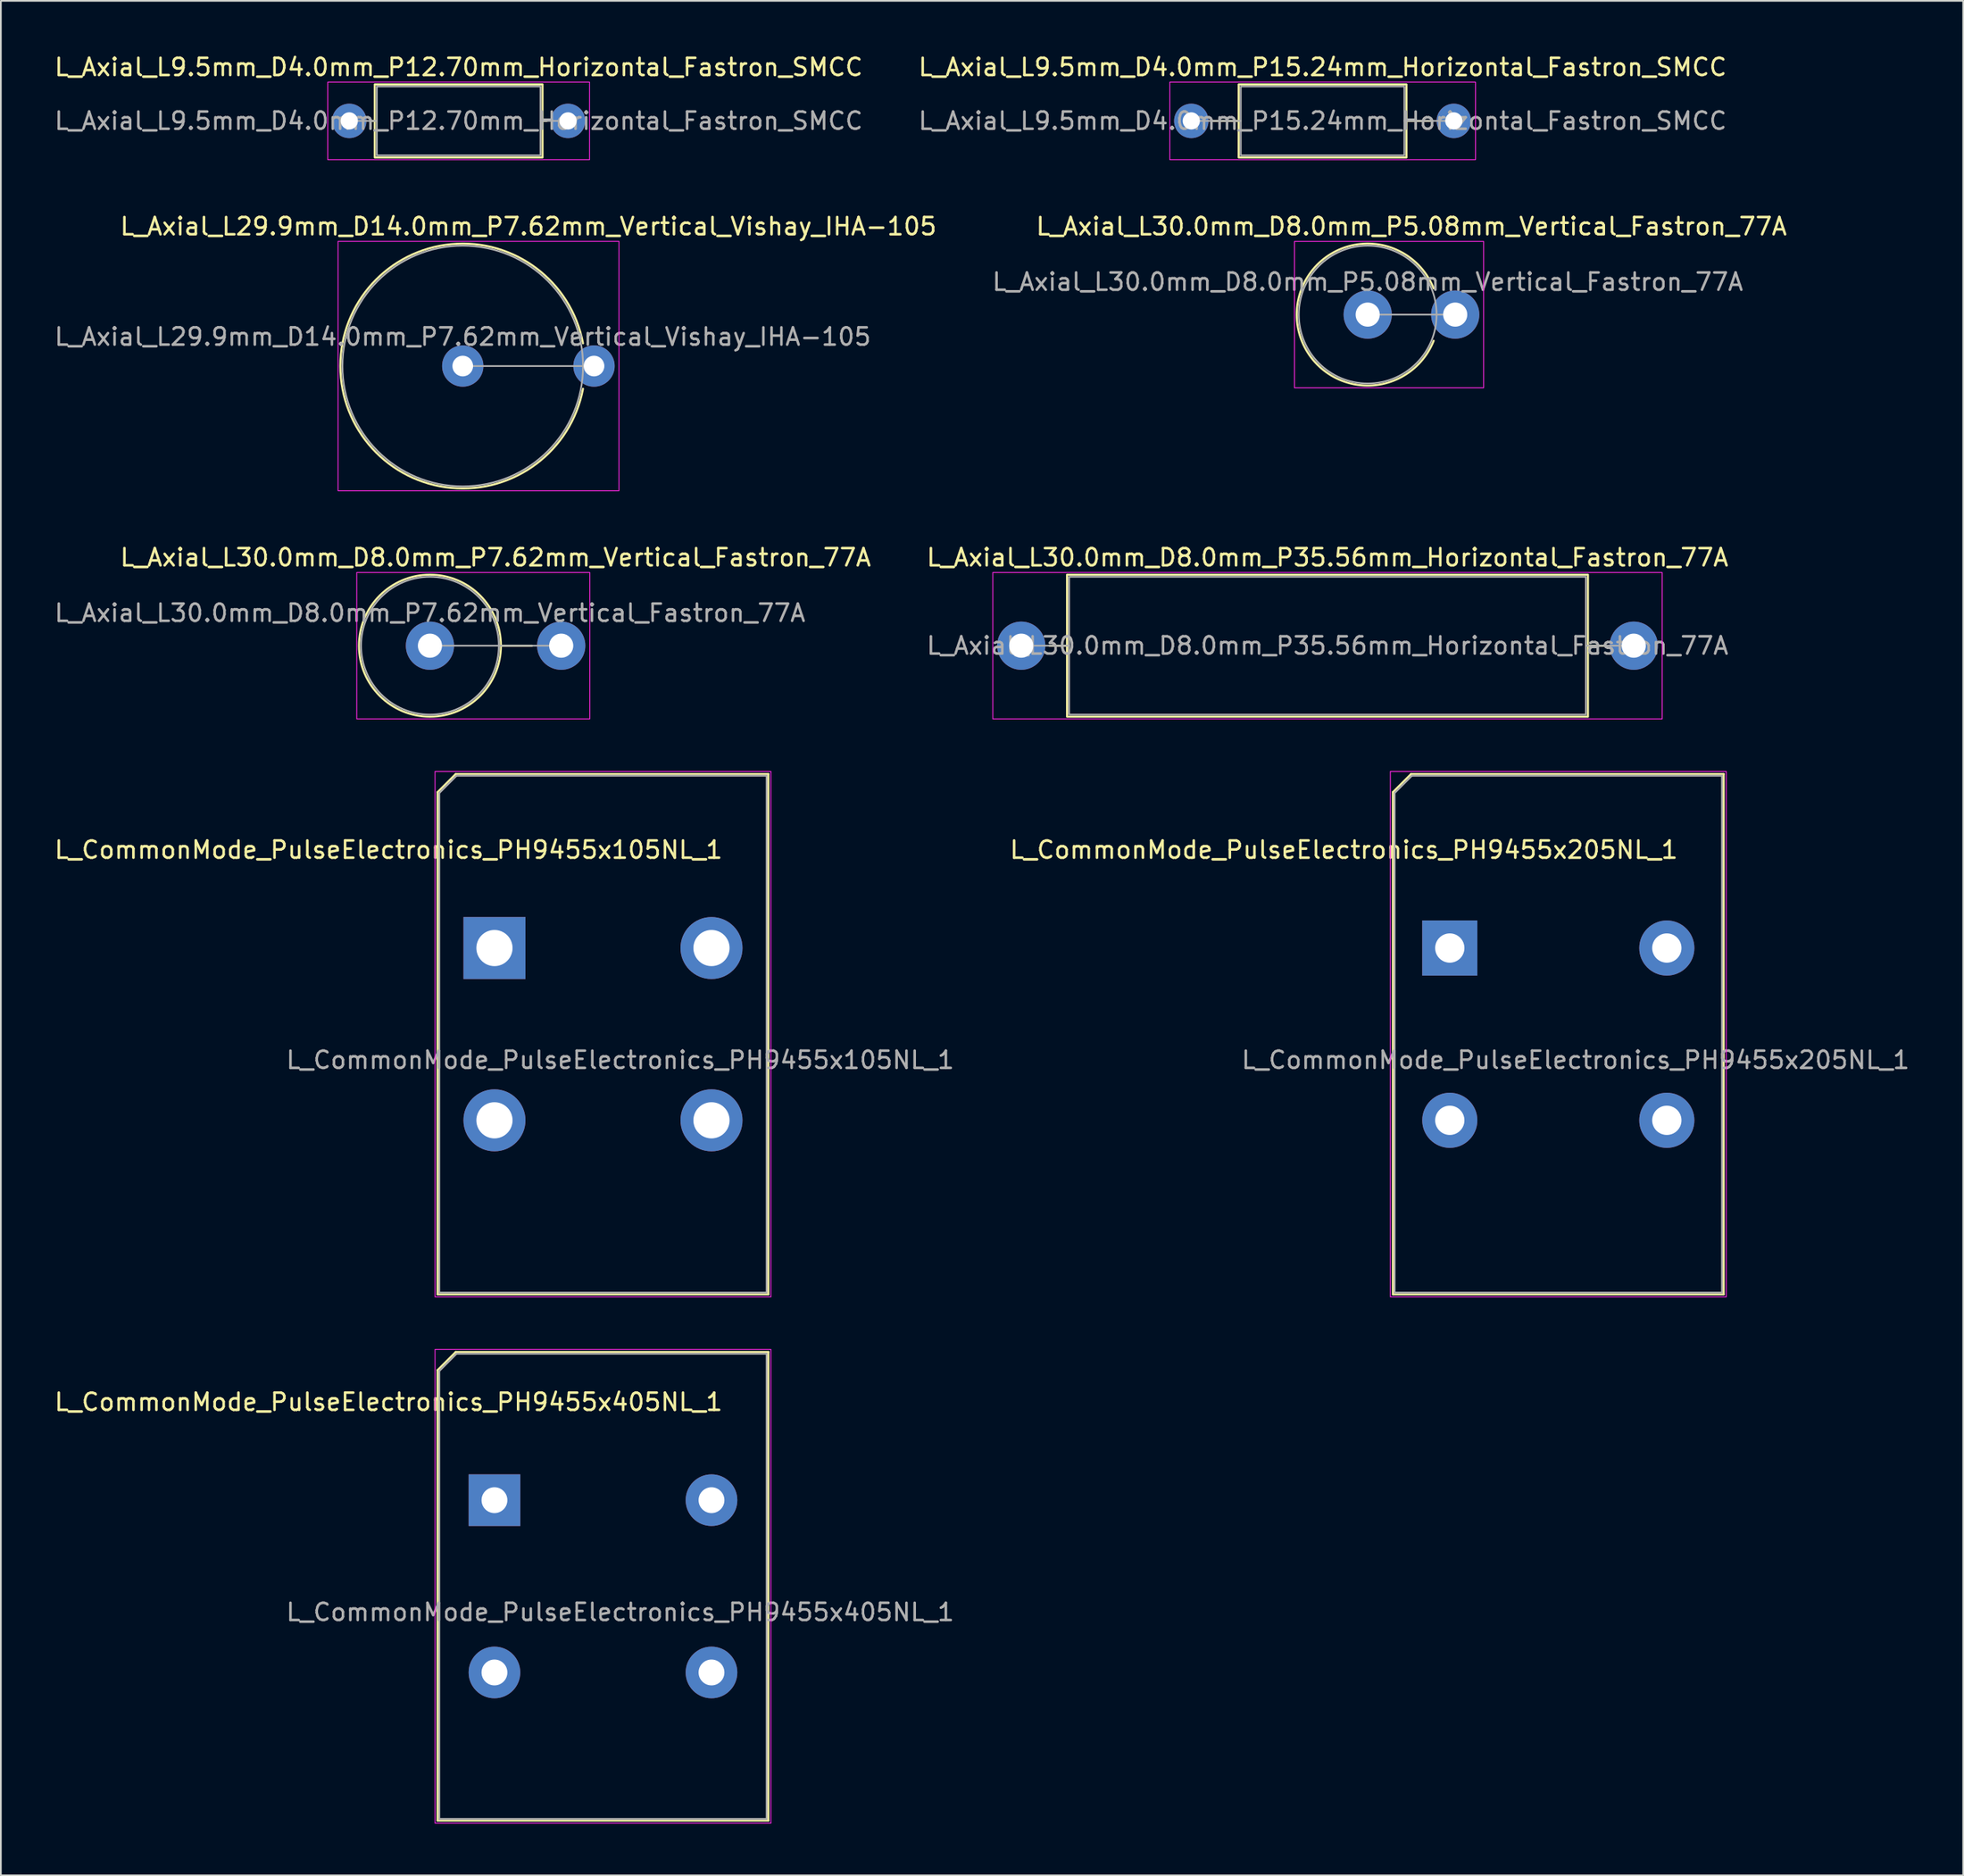
<source format=kicad_pcb>
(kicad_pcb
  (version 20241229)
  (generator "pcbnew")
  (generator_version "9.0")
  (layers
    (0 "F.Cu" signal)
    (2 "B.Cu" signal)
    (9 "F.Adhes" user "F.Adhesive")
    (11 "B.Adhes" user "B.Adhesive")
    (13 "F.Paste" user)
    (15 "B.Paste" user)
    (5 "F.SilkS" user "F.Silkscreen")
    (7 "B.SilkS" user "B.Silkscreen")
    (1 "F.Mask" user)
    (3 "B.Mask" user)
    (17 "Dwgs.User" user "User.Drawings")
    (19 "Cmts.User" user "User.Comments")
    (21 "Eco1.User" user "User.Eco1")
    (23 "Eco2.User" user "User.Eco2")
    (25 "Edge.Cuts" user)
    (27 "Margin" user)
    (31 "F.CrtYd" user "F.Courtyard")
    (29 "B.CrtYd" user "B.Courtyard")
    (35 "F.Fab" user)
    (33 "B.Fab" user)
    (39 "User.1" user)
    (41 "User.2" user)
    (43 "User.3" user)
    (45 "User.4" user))
  (footprint "L_Axial_L30.0mm_D8.0mm_P7.62mm_Vertical_Fastron_77A"
    (layer "F.Cu")
    (at 21.911 34.43)
    (property "Reference" "L_Axial_L30.0mm_D8.0mm_P7.62mm_Vertical_Fastron_77A" (at 3.81 -5.12 0) (layer "F.SilkS") (effects (font (size 1 1) (thickness 0.15))))
    (attr through_hole)
    (fp_line (start 4.12 0) (end 5.92 0) (stroke (width 0.12) (type solid)) (layer "F.SilkS"))
    (fp_circle (center 0 0) (end 4.12 0) (stroke (width 0.12) (type solid)) (fill no) (layer "F.SilkS"))
    (fp_rect (start -4.25 -4.25) (end 9.28 4.25) (stroke (width 0.05) (type solid)) (fill no) (layer "F.CrtYd"))
    (fp_line (start 0 0) (end 7.62 0) (stroke (width 0.1) (type solid)) (layer "F.Fab"))
    (fp_circle (center 0 0) (end 4 0) (stroke (width 0.1) (type solid)) (fill no) (layer "F.Fab"))
    (fp_text user "${REFERENCE}" (at 0 -1.9 0) (layer "F.Fab") (effects (font (size 1 1) (thickness 0.15))))
    (pad "1" thru_hole circle (at 0 0) (size 2.8 2.8) (drill 1.4) (layers "*.Cu" "*.Mask"))
    (pad "2" thru_hole circle (at 7.62 0) (size 2.8 2.8) (drill 1.4) (layers "*.Cu" "*.Mask")))
  (footprint "L_Axial_L30.0mm_D8.0mm_P35.56mm_Horizontal_Fastron_77A"
    (layer "F.Cu")
    (at 56.238 34.43)
    (property "Reference" "L_Axial_L30.0mm_D8.0mm_P35.56mm_Horizontal_Fastron_77A" (at 17.78 -5.12 0) (layer "F.SilkS") (effects (font (size 1 1) (thickness 0.15))))
    (attr through_hole)
    (fp_line (start 1.64 0) (end 2.66 0) (stroke (width 0.12) (type solid)) (layer "F.SilkS"))
    (fp_line (start 33.92 0) (end 32.9 0) (stroke (width 0.12) (type solid)) (layer "F.SilkS"))
    (fp_rect (start 2.66 -4.12) (end 32.9 4.12) (stroke (width 0.12) (type solid)) (fill no) (layer "F.SilkS"))
    (fp_rect (start -1.65 -4.25) (end 37.21 4.25) (stroke (width 0.05) (type solid)) (fill no) (layer "F.CrtYd"))
    (fp_line (start 0 0) (end 2.78 0) (stroke (width 0.1) (type solid)) (layer "F.Fab"))
    (fp_line (start 35.56 0) (end 32.78 0) (stroke (width 0.1) (type solid)) (layer "F.Fab"))
    (fp_rect (start 2.78 -4) (end 32.78 4) (stroke (width 0.1) (type solid)) (fill no) (layer "F.Fab"))
    (fp_text user "${REFERENCE}" (at 17.78 0 0) (layer "F.Fab") (effects (font (size 1 1) (thickness 0.15))))
    (pad "1" thru_hole circle (at 0 0) (size 2.8 2.8) (drill 1.4) (layers "*.Cu" "*.Mask"))
    (pad "2" thru_hole circle (at 35.56 0) (size 2.8 2.8) (drill 1.4) (layers "*.Cu" "*.Mask")))
  (footprint "L_Axial_L29.9mm_D14.0mm_P7.62mm_Vertical_Vishay_IHA-105"
    (layer "F.Cu")
    (at 23.815 18.197)
    (property "Reference" "L_Axial_L29.9mm_D14.0mm_P7.62mm_Vertical_Vishay_IHA-105" (at 3.81 -8.105 0) (layer "F.SilkS") (effects (font (size 1 1) (thickness 0.15))))
    (attr through_hole)
    (fp_arc (start 6.981305 1.32) (mid -7.105 0) (end 6.981305 -1.32) (stroke (width 0.12) (type solid)) (layer "F.SilkS"))
    (fp_rect (start -7.24 -7.24) (end 9.07 7.24) (stroke (width 0.05) (type solid)) (fill no) (layer "F.CrtYd"))
    (fp_line (start 0 0) (end 7.62 0) (stroke (width 0.1) (type solid)) (layer "F.Fab"))
    (fp_circle (center 0 0) (end 6.985 0) (stroke (width 0.1) (type solid)) (fill no) (layer "F.Fab"))
    (fp_text user "${REFERENCE}" (at 0 -1.7 0) (layer "F.Fab") (effects (font (size 1 1) (thickness 0.15))))
    (pad "1" thru_hole circle (at 0 0) (size 2.4 2.4) (drill 1.2) (layers "*.Cu" "*.Mask"))
    (pad "2" thru_hole circle (at 7.62 0) (size 2.4 2.4) (drill 1.2) (layers "*.Cu" "*.Mask")))
  (footprint "L_CommonMode_PulseElectronics_PH9455x405NL_1"
    (layer "F.Cu")
    (at 25.656 84.03)
    (property "Reference" "L_CommonMode_PulseElectronics_PH9455x405NL_1" (at -6.15 -5.7 0) (unlocked yes) (layer "F.SilkS") (effects (font (size 1 1) (thickness 0.15))))
    (attr through_hole)
    (fp_line (start -3.3 -7.55) (end -3.3 18.6) (stroke (width 0.12) (type solid)) (layer "F.SilkS"))
    (fp_line (start -3.3 18.6) (end 15.9 18.6) (stroke (width 0.12) (type solid)) (layer "F.SilkS"))
    (fp_line (start -2.25 -8.6) (end -3.3 -7.55) (stroke (width 0.12) (type solid)) (layer "F.SilkS"))
    (fp_line (start 15.9 -8.6) (end -2.25 -8.6) (stroke (width 0.12) (type solid)) (layer "F.SilkS"))
    (fp_line (start 15.9 18.6) (end 15.9 -8.6) (stroke (width 0.12) (type solid)) (layer "F.SilkS"))
    (fp_rect (start -3.45 -8.75) (end 16.05 18.75) (stroke (width 0.05) (type solid)) (fill no) (layer "F.CrtYd"))
    (fp_line (start -3.2 -7.5) (end -2.2 -8.5) (stroke (width 0.1) (type solid)) (layer "F.Fab"))
    (fp_line (start -3.2 18.5) (end -3.2 -7.5) (stroke (width 0.1) (type solid)) (layer "F.Fab"))
    (fp_line (start -2.2 -8.5) (end 15.8 -8.5) (stroke (width 0.1) (type solid)) (layer "F.Fab"))
    (fp_line (start 15.8 -8.5) (end 15.8 18.5) (stroke (width 0.1) (type solid)) (layer "F.Fab"))
    (fp_line (start 15.8 18.5) (end -3.2 18.5) (stroke (width 0.1) (type solid)) (layer "F.Fab"))
    (fp_text user "${REFERENCE}" (at 7.3 6.5 0) (unlocked yes) (layer "F.Fab") (effects (font (size 1 1) (thickness 0.15))))
    (pad "1" thru_hole rect (at 0 0) (size 3 3) (drill 1.5) (layers "*.Cu" "*.Mask"))
    (pad "2" thru_hole circle (at 0 10) (size 3 3) (drill 1.5) (layers "*.Cu" "*.Mask"))
    (pad "3" thru_hole circle (at 12.6 10) (size 3 3) (drill 1.5) (layers "*.Cu" "*.Mask"))
    (pad "4" thru_hole circle (at 12.6 0) (size 3 3) (drill 1.5) (layers "*.Cu" "*.Mask")))
  (footprint "L_CommonMode_PulseElectronics_PH9455x205NL_1"
    (layer "F.Cu")
    (at 81.118 51.98)
    (property "Reference" "L_CommonMode_PulseElectronics_PH9455x205NL_1" (at -6.15 -5.7 0) (unlocked yes) (layer "F.SilkS") (effects (font (size 1 1) (thickness 0.15))))
    (attr through_hole)
    (fp_line (start -3.3 -9.05) (end -3.3 20.1) (stroke (width 0.12) (type solid)) (layer "F.SilkS"))
    (fp_line (start -3.3 20.1) (end 15.9 20.1) (stroke (width 0.12) (type solid)) (layer "F.SilkS"))
    (fp_line (start -2.25 -10.1) (end -3.3 -9.05) (stroke (width 0.12) (type solid)) (layer "F.SilkS"))
    (fp_line (start 15.9 -10.1) (end -2.25 -10.1) (stroke (width 0.12) (type solid)) (layer "F.SilkS"))
    (fp_line (start 15.9 20.1) (end 15.9 -10.1) (stroke (width 0.12) (type solid)) (layer "F.SilkS"))
    (fp_rect (start -3.45 -10.25) (end 16.05 20.25) (stroke (width 0.05) (type solid)) (fill no) (layer "F.CrtYd"))
    (fp_line (start -3.2 -9) (end -2.2 -10) (stroke (width 0.1) (type solid)) (layer "F.Fab"))
    (fp_line (start -3.2 20) (end -3.2 -9) (stroke (width 0.1) (type solid)) (layer "F.Fab"))
    (fp_line (start -2.2 -10) (end 15.8 -10) (stroke (width 0.1) (type solid)) (layer "F.Fab"))
    (fp_line (start 15.8 -10) (end 15.8 20) (stroke (width 0.1) (type solid)) (layer "F.Fab"))
    (fp_line (start 15.8 20) (end -3.2 20) (stroke (width 0.1) (type solid)) (layer "F.Fab"))
    (fp_text user "${REFERENCE}" (at 7.3 6.5 0) (unlocked yes) (layer "F.Fab") (effects (font (size 1 1) (thickness 0.15))))
    (pad "1" thru_hole rect (at 0 0) (size 3.2 3.2) (drill 1.7) (layers "*.Cu" "*.Mask"))
    (pad "2" thru_hole circle (at 0 10) (size 3.2 3.2) (drill 1.7) (layers "*.Cu" "*.Mask"))
    (pad "3" thru_hole circle (at 12.6 10) (size 3.2 3.2) (drill 1.7) (layers "*.Cu" "*.Mask"))
    (pad "4" thru_hole circle (at 12.6 0) (size 3.2 3.2) (drill 1.7) (layers "*.Cu" "*.Mask")))
  (footprint "L_Axial_L30.0mm_D8.0mm_P5.08mm_Vertical_Fastron_77A"
    (layer "F.Cu")
    (at 76.352 15.211)
    (property "Reference" "L_Axial_L30.0mm_D8.0mm_P5.08mm_Vertical_Fastron_77A" (at 2.54 -5.12 0) (layer "F.SilkS") (effects (font (size 1 1) (thickness 0.15))))
    (attr through_hole)
    (fp_arc (start 3.82936 1.52) (mid -4.12 0) (end 3.82936 -1.52) (stroke (width 0.12) (type solid)) (layer "F.SilkS"))
    (fp_rect (start -4.25 -4.25) (end 6.73 4.25) (stroke (width 0.05) (type solid)) (fill no) (layer "F.CrtYd"))
    (fp_line (start 0 0) (end 5.08 0) (stroke (width 0.1) (type solid)) (layer "F.Fab"))
    (fp_circle (center 0 0) (end 4 0) (stroke (width 0.1) (type solid)) (fill no) (layer "F.Fab"))
    (fp_text user "${REFERENCE}" (at 0 -1.9 0) (layer "F.Fab") (effects (font (size 1 1) (thickness 0.15))))
    (pad "1" thru_hole circle (at 0 0) (size 2.8 2.8) (drill 1.4) (layers "*.Cu" "*.Mask"))
    (pad "2" thru_hole circle (at 5.08 0) (size 2.8 2.8) (drill 1.4) (layers "*.Cu" "*.Mask")))
  (footprint "L_Axial_L9.5mm_D4.0mm_P15.24mm_Horizontal_Fastron_SMCC"
    (layer "F.Cu")
    (at 66.112 3.968)
    (property "Reference" "L_Axial_L9.5mm_D4.0mm_P15.24mm_Horizontal_Fastron_SMCC" (at 7.62 -3.12 0) (layer "F.SilkS") (effects (font (size 1 1) (thickness 0.15))))
    (attr through_hole)
    (fp_line (start 1.24 0) (end 2.75 0) (stroke (width 0.12) (type solid)) (layer "F.SilkS"))
    (fp_line (start 14 0) (end 12.49 0) (stroke (width 0.12) (type solid)) (layer "F.SilkS"))
    (fp_rect (start 2.75 -2.12) (end 12.49 2.12) (stroke (width 0.12) (type solid)) (fill no) (layer "F.SilkS"))
    (fp_rect (start -1.25 -2.25) (end 16.5 2.25) (stroke (width 0.05) (type solid)) (fill no) (layer "F.CrtYd"))
    (fp_line (start 0 0) (end 2.87 0) (stroke (width 0.1) (type solid)) (layer "F.Fab"))
    (fp_line (start 15.24 0) (end 12.37 0) (stroke (width 0.1) (type solid)) (layer "F.Fab"))
    (fp_rect (start 2.87 -2) (end 12.37 2) (stroke (width 0.1) (type solid)) (fill no) (layer "F.Fab"))
    (fp_text user "${REFERENCE}" (at 7.62 0 0) (layer "F.Fab") (effects (font (size 1 1) (thickness 0.15))))
    (pad "1" thru_hole circle (at 0 0) (size 2 2) (drill 1) (layers "*.Cu" "*.Mask"))
    (pad "2" thru_hole circle (at 15.24 0) (size 2 2) (drill 1) (layers "*.Cu" "*.Mask")))
  (footprint "L_CommonMode_PulseElectronics_PH9455x105NL_1"
    (layer "F.Cu")
    (at 25.656 51.98)
    (property "Reference" "L_CommonMode_PulseElectronics_PH9455x105NL_1" (at -6.15 -5.7 0) (unlocked yes) (layer "F.SilkS") (effects (font (size 1 1) (thickness 0.15))))
    (attr through_hole)
    (fp_line (start -3.3 -9.05) (end -3.3 20.1) (stroke (width 0.12) (type solid)) (layer "F.SilkS"))
    (fp_line (start -3.3 20.1) (end 15.9 20.1) (stroke (width 0.12) (type solid)) (layer "F.SilkS"))
    (fp_line (start -2.25 -10.1) (end -3.3 -9.05) (stroke (width 0.12) (type solid)) (layer "F.SilkS"))
    (fp_line (start 15.9 -10.1) (end -2.25 -10.1) (stroke (width 0.12) (type solid)) (layer "F.SilkS"))
    (fp_line (start 15.9 20.1) (end 15.9 -10.1) (stroke (width 0.12) (type solid)) (layer "F.SilkS"))
    (fp_rect (start -3.45 -10.25) (end 16.05 20.25) (stroke (width 0.05) (type solid)) (fill no) (layer "F.CrtYd"))
    (fp_line (start -3.2 -9) (end -2.2 -10) (stroke (width 0.1) (type solid)) (layer "F.Fab"))
    (fp_line (start -3.2 20) (end -3.2 -9) (stroke (width 0.1) (type solid)) (layer "F.Fab"))
    (fp_line (start -2.2 -10) (end 15.8 -10) (stroke (width 0.1) (type solid)) (layer "F.Fab"))
    (fp_line (start 15.8 -10) (end 15.8 20) (stroke (width 0.1) (type solid)) (layer "F.Fab"))
    (fp_line (start 15.8 20) (end -3.2 20) (stroke (width 0.1) (type solid)) (layer "F.Fab"))
    (fp_text user "${REFERENCE}" (at 7.3 6.5 0) (unlocked yes) (layer "F.Fab") (effects (font (size 1 1) (thickness 0.15))))
    (pad "1" thru_hole rect (at 0 0) (size 3.6 3.6) (drill 2.1) (layers "*.Cu" "*.Mask"))
    (pad "2" thru_hole circle (at 0 10) (size 3.6 3.6) (drill 2.1) (layers "*.Cu" "*.Mask"))
    (pad "3" thru_hole circle (at 12.6 10) (size 3.6 3.6) (drill 2.1) (layers "*.Cu" "*.Mask"))
    (pad "4" thru_hole circle (at 12.6 0) (size 3.6 3.6) (drill 2.1) (layers "*.Cu" "*.Mask")))
  (footprint "L_Axial_L9.5mm_D4.0mm_P12.70mm_Horizontal_Fastron_SMCC"
    (layer "F.Cu")
    (at 17.227 3.968)
    (property "Reference" "L_Axial_L9.5mm_D4.0mm_P12.70mm_Horizontal_Fastron_SMCC" (at 6.35 -3.12 0) (layer "F.SilkS") (effects (font (size 1 1) (thickness 0.15))))
    (attr through_hole)
    (fp_line (start 1.24 0) (end 1.48 0) (stroke (width 0.12) (type solid)) (layer "F.SilkS"))
    (fp_line (start 11.46 0) (end 11.22 0) (stroke (width 0.12) (type solid)) (layer "F.SilkS"))
    (fp_rect (start 1.48 -2.12) (end 11.22 2.12) (stroke (width 0.12) (type solid)) (fill no) (layer "F.SilkS"))
    (fp_rect (start -1.25 -2.25) (end 13.95 2.25) (stroke (width 0.05) (type solid)) (fill no) (layer "F.CrtYd"))
    (fp_line (start 0 0) (end 1.6 0) (stroke (width 0.1) (type solid)) (layer "F.Fab"))
    (fp_line (start 12.7 0) (end 11.1 0) (stroke (width 0.1) (type solid)) (layer "F.Fab"))
    (fp_rect (start 1.6 -2) (end 11.1 2) (stroke (width 0.1) (type solid)) (fill no) (layer "F.Fab"))
    (fp_text user "${REFERENCE}" (at 6.35 0 0) (layer "F.Fab") (effects (font (size 1 1) (thickness 0.15))))
    (pad "1" thru_hole circle (at 0 0) (size 2 2) (drill 1) (layers "*.Cu" "*.Mask"))
    (pad "2" thru_hole circle (at 12.7 0) (size 2 2) (drill 1) (layers "*.Cu" "*.Mask")))
  (gr_rect
    (start -3 -3)
    (end 110.924 105.805)
    (stroke (width 0.1) (type default))
    (fill no)
    (layer "Edge.Cuts")))
</source>
